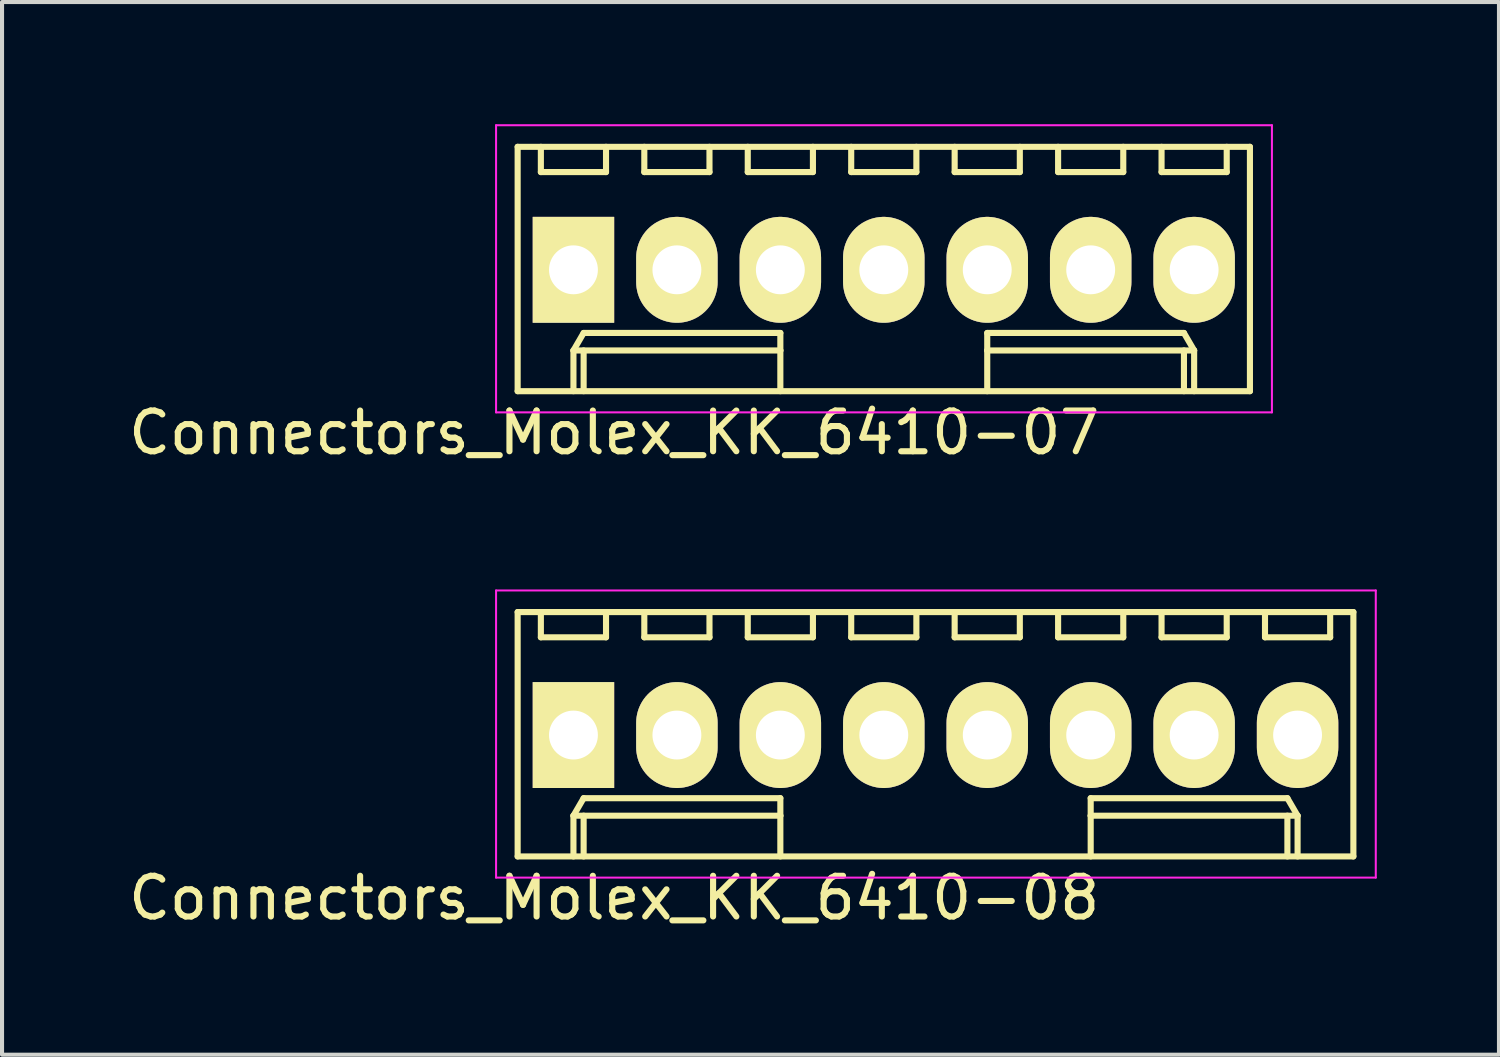
<source format=kicad_pcb>
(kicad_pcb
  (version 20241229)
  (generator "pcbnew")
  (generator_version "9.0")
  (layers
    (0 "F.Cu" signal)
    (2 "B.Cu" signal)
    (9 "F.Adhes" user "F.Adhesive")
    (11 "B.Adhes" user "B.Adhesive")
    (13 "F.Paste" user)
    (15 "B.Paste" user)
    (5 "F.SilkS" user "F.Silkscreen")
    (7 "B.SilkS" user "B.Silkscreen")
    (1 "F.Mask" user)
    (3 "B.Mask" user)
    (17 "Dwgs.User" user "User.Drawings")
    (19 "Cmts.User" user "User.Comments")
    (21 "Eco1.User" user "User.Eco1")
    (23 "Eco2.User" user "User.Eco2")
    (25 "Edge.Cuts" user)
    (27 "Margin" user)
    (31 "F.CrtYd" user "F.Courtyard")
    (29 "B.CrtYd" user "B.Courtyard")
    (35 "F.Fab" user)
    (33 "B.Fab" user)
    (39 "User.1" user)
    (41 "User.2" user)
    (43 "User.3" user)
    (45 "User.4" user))
  (footprint "Connectors_Molex_KK_6410-08"
    (layer "F.Cu")
    (at 11.03 14.998)
    (property "Reference" "Connectors_Molex_KK_6410-08" (at 1 4 0) (layer "F.SilkS") (effects (font (size 1 1) (thickness 0.15))))
    (attr through_hole)
    (fp_line (start -1.37 -3.02) (end -1.37 2.98) (stroke (width 0.15) (type solid)) (layer "F.SilkS"))
    (fp_line (start -1.37 2.98) (end 19.15 2.98) (stroke (width 0.15) (type solid)) (layer "F.SilkS"))
    (fp_line (start -0.8 -3.02) (end -0.8 -2.4) (stroke (width 0.15) (type solid)) (layer "F.SilkS"))
    (fp_line (start -0.8 -2.4) (end 0.8 -2.4) (stroke (width 0.15) (type solid)) (layer "F.SilkS"))
    (fp_line (start 0 1.98) (end 0.25 1.55) (stroke (width 0.15) (type solid)) (layer "F.SilkS"))
    (fp_line (start 0 1.98) (end 5.08 1.98) (stroke (width 0.15) (type solid)) (layer "F.SilkS"))
    (fp_line (start 0 2.98) (end 0 1.98) (stroke (width 0.15) (type solid)) (layer "F.SilkS"))
    (fp_line (start 0.25 1.55) (end 5.08 1.55) (stroke (width 0.15) (type solid)) (layer "F.SilkS"))
    (fp_line (start 0.25 2.98) (end 0.25 1.98) (stroke (width 0.15) (type solid)) (layer "F.SilkS"))
    (fp_line (start 0.8 -2.4) (end 0.8 -3.02) (stroke (width 0.15) (type solid)) (layer "F.SilkS"))
    (fp_line (start 1.74 -3.02) (end 1.74 -2.4) (stroke (width 0.15) (type solid)) (layer "F.SilkS"))
    (fp_line (start 1.74 -2.4) (end 3.34 -2.4) (stroke (width 0.15) (type solid)) (layer "F.SilkS"))
    (fp_line (start 3.34 -2.4) (end 3.34 -3.02) (stroke (width 0.15) (type solid)) (layer "F.SilkS"))
    (fp_line (start 4.28 -3.02) (end 4.28 -2.4) (stroke (width 0.15) (type solid)) (layer "F.SilkS"))
    (fp_line (start 4.28 -2.4) (end 5.88 -2.4) (stroke (width 0.15) (type solid)) (layer "F.SilkS"))
    (fp_line (start 5.08 1.55) (end 5.08 1.98) (stroke (width 0.15) (type solid)) (layer "F.SilkS"))
    (fp_line (start 5.08 1.98) (end 5.08 2.98) (stroke (width 0.15) (type solid)) (layer "F.SilkS"))
    (fp_line (start 5.88 -2.4) (end 5.88 -3.02) (stroke (width 0.15) (type solid)) (layer "F.SilkS"))
    (fp_line (start 6.82 -3.02) (end 6.82 -2.4) (stroke (width 0.15) (type solid)) (layer "F.SilkS"))
    (fp_line (start 6.82 -2.4) (end 8.42 -2.4) (stroke (width 0.15) (type solid)) (layer "F.SilkS"))
    (fp_line (start 8.42 -2.4) (end 8.42 -3.02) (stroke (width 0.15) (type solid)) (layer "F.SilkS"))
    (fp_line (start 9.36 -3.02) (end 9.36 -2.4) (stroke (width 0.15) (type solid)) (layer "F.SilkS"))
    (fp_line (start 9.36 -2.4) (end 10.96 -2.4) (stroke (width 0.15) (type solid)) (layer "F.SilkS"))
    (fp_line (start 10.96 -2.4) (end 10.96 -3.02) (stroke (width 0.15) (type solid)) (layer "F.SilkS"))
    (fp_line (start 11.9 -3.02) (end 11.9 -2.4) (stroke (width 0.15) (type solid)) (layer "F.SilkS"))
    (fp_line (start 11.9 -2.4) (end 13.5 -2.4) (stroke (width 0.15) (type solid)) (layer "F.SilkS"))
    (fp_line (start 12.7 1.55) (end 12.7 1.98) (stroke (width 0.15) (type solid)) (layer "F.SilkS"))
    (fp_line (start 12.7 1.98) (end 12.7 2.98) (stroke (width 0.15) (type solid)) (layer "F.SilkS"))
    (fp_line (start 13.5 -2.4) (end 13.5 -3.02) (stroke (width 0.15) (type solid)) (layer "F.SilkS"))
    (fp_line (start 14.44 -3.02) (end 14.44 -2.4) (stroke (width 0.15) (type solid)) (layer "F.SilkS"))
    (fp_line (start 14.44 -2.4) (end 16.04 -2.4) (stroke (width 0.15) (type solid)) (layer "F.SilkS"))
    (fp_line (start 16.04 -2.4) (end 16.04 -3.02) (stroke (width 0.15) (type solid)) (layer "F.SilkS"))
    (fp_line (start 16.98 -3.02) (end 16.98 -2.4) (stroke (width 0.15) (type solid)) (layer "F.SilkS"))
    (fp_line (start 16.98 -2.4) (end 18.58 -2.4) (stroke (width 0.15) (type solid)) (layer "F.SilkS"))
    (fp_line (start 17.53 1.55) (end 12.7 1.55) (stroke (width 0.15) (type solid)) (layer "F.SilkS"))
    (fp_line (start 17.53 2.98) (end 17.53 1.98) (stroke (width 0.15) (type solid)) (layer "F.SilkS"))
    (fp_line (start 17.78 1.98) (end 12.7 1.98) (stroke (width 0.15) (type solid)) (layer "F.SilkS"))
    (fp_line (start 17.78 1.98) (end 17.53 1.55) (stroke (width 0.15) (type solid)) (layer "F.SilkS"))
    (fp_line (start 17.78 2.98) (end 17.78 1.98) (stroke (width 0.15) (type solid)) (layer "F.SilkS"))
    (fp_line (start 18.58 -2.4) (end 18.58 -3.02) (stroke (width 0.15) (type solid)) (layer "F.SilkS"))
    (fp_line (start 19.15 -3.02) (end -1.37 -3.02) (stroke (width 0.15) (type solid)) (layer "F.SilkS"))
    (fp_line (start 19.15 2.98) (end 19.15 -3.02) (stroke (width 0.15) (type solid)) (layer "F.SilkS"))
    (fp_line (start -1.9 -3.55) (end 19.7 -3.55) (stroke (width 0.05) (type solid)) (layer "F.CrtYd"))
    (fp_line (start -1.9 3.5) (end -1.9 -3.55) (stroke (width 0.05) (type solid)) (layer "F.CrtYd"))
    (fp_line (start 19.7 -3.55) (end 19.7 3.5) (stroke (width 0.05) (type solid)) (layer "F.CrtYd"))
    (fp_line (start 19.7 3.5) (end -1.9 3.5) (stroke (width 0.05) (type solid)) (layer "F.CrtYd"))
    (pad "1" thru_hole rect (at 0 0) (size 2 2.6) (drill 1.2) (layers "*.Cu" "*.Mask" "F.SilkS"))
    (pad "2" thru_hole oval (at 2.54 0) (size 2 2.6) (drill 1.2) (layers "*.Cu" "*.Mask" "F.SilkS"))
    (pad "3" thru_hole oval (at 5.08 0) (size 2 2.6) (drill 1.2) (layers "*.Cu" "*.Mask" "F.SilkS"))
    (pad "4" thru_hole oval (at 7.62 0) (size 2 2.6) (drill 1.2) (layers "*.Cu" "*.Mask" "F.SilkS"))
    (pad "5" thru_hole oval (at 10.16 0) (size 2 2.6) (drill 1.2) (layers "*.Cu" "*.Mask" "F.SilkS"))
    (pad "6" thru_hole oval (at 12.7 0) (size 2 2.6) (drill 1.2) (layers "*.Cu" "*.Mask" "F.SilkS"))
    (pad "7" thru_hole oval (at 15.24 0) (size 2 2.6) (drill 1.2) (layers "*.Cu" "*.Mask" "F.SilkS"))
    (pad "8" thru_hole oval (at 17.78 0) (size 2 2.6) (drill 1.2) (layers "*.Cu" "*.Mask" "F.SilkS")))
  (footprint "Connectors_Molex_KK_6410-07"
    (layer "F.Cu")
    (at 11.03 3.575)
    (property "Reference" "Connectors_Molex_KK_6410-07" (at 1 4 0) (layer "F.SilkS") (effects (font (size 1 1) (thickness 0.15))))
    (attr through_hole)
    (fp_line (start -1.37 -3.02) (end -1.37 2.98) (stroke (width 0.15) (type solid)) (layer "F.SilkS"))
    (fp_line (start -1.37 2.98) (end 16.61 2.98) (stroke (width 0.15) (type solid)) (layer "F.SilkS"))
    (fp_line (start -0.8 -3.02) (end -0.8 -2.4) (stroke (width 0.15) (type solid)) (layer "F.SilkS"))
    (fp_line (start -0.8 -2.4) (end 0.8 -2.4) (stroke (width 0.15) (type solid)) (layer "F.SilkS"))
    (fp_line (start 0 1.98) (end 0.25 1.55) (stroke (width 0.15) (type solid)) (layer "F.SilkS"))
    (fp_line (start 0 1.98) (end 5.08 1.98) (stroke (width 0.15) (type solid)) (layer "F.SilkS"))
    (fp_line (start 0 2.98) (end 0 1.98) (stroke (width 0.15) (type solid)) (layer "F.SilkS"))
    (fp_line (start 0.25 1.55) (end 5.08 1.55) (stroke (width 0.15) (type solid)) (layer "F.SilkS"))
    (fp_line (start 0.25 2.98) (end 0.25 1.98) (stroke (width 0.15) (type solid)) (layer "F.SilkS"))
    (fp_line (start 0.8 -2.4) (end 0.8 -3.02) (stroke (width 0.15) (type solid)) (layer "F.SilkS"))
    (fp_line (start 1.74 -3.02) (end 1.74 -2.4) (stroke (width 0.15) (type solid)) (layer "F.SilkS"))
    (fp_line (start 1.74 -2.4) (end 3.34 -2.4) (stroke (width 0.15) (type solid)) (layer "F.SilkS"))
    (fp_line (start 3.34 -2.4) (end 3.34 -3.02) (stroke (width 0.15) (type solid)) (layer "F.SilkS"))
    (fp_line (start 4.28 -3.02) (end 4.28 -2.4) (stroke (width 0.15) (type solid)) (layer "F.SilkS"))
    (fp_line (start 4.28 -2.4) (end 5.88 -2.4) (stroke (width 0.15) (type solid)) (layer "F.SilkS"))
    (fp_line (start 5.08 1.55) (end 5.08 1.98) (stroke (width 0.15) (type solid)) (layer "F.SilkS"))
    (fp_line (start 5.08 1.98) (end 5.08 2.98) (stroke (width 0.15) (type solid)) (layer "F.SilkS"))
    (fp_line (start 5.88 -2.4) (end 5.88 -3.02) (stroke (width 0.15) (type solid)) (layer "F.SilkS"))
    (fp_line (start 6.82 -3.02) (end 6.82 -2.4) (stroke (width 0.15) (type solid)) (layer "F.SilkS"))
    (fp_line (start 6.82 -2.4) (end 8.42 -2.4) (stroke (width 0.15) (type solid)) (layer "F.SilkS"))
    (fp_line (start 8.42 -2.4) (end 8.42 -3.02) (stroke (width 0.15) (type solid)) (layer "F.SilkS"))
    (fp_line (start 9.36 -3.02) (end 9.36 -2.4) (stroke (width 0.15) (type solid)) (layer "F.SilkS"))
    (fp_line (start 9.36 -2.4) (end 10.96 -2.4) (stroke (width 0.15) (type solid)) (layer "F.SilkS"))
    (fp_line (start 10.16 1.55) (end 10.16 1.98) (stroke (width 0.15) (type solid)) (layer "F.SilkS"))
    (fp_line (start 10.16 1.98) (end 10.16 2.98) (stroke (width 0.15) (type solid)) (layer "F.SilkS"))
    (fp_line (start 10.96 -2.4) (end 10.96 -3.02) (stroke (width 0.15) (type solid)) (layer "F.SilkS"))
    (fp_line (start 11.9 -3.02) (end 11.9 -2.4) (stroke (width 0.15) (type solid)) (layer "F.SilkS"))
    (fp_line (start 11.9 -2.4) (end 13.5 -2.4) (stroke (width 0.15) (type solid)) (layer "F.SilkS"))
    (fp_line (start 13.5 -2.4) (end 13.5 -3.02) (stroke (width 0.15) (type solid)) (layer "F.SilkS"))
    (fp_line (start 14.44 -3.02) (end 14.44 -2.4) (stroke (width 0.15) (type solid)) (layer "F.SilkS"))
    (fp_line (start 14.44 -2.4) (end 16.04 -2.4) (stroke (width 0.15) (type solid)) (layer "F.SilkS"))
    (fp_line (start 14.99 1.55) (end 10.16 1.55) (stroke (width 0.15) (type solid)) (layer "F.SilkS"))
    (fp_line (start 14.99 2.98) (end 14.99 1.98) (stroke (width 0.15) (type solid)) (layer "F.SilkS"))
    (fp_line (start 15.24 1.98) (end 10.16 1.98) (stroke (width 0.15) (type solid)) (layer "F.SilkS"))
    (fp_line (start 15.24 1.98) (end 14.99 1.55) (stroke (width 0.15) (type solid)) (layer "F.SilkS"))
    (fp_line (start 15.24 2.98) (end 15.24 1.98) (stroke (width 0.15) (type solid)) (layer "F.SilkS"))
    (fp_line (start 16.04 -2.4) (end 16.04 -3.02) (stroke (width 0.15) (type solid)) (layer "F.SilkS"))
    (fp_line (start 16.61 -3.02) (end -1.37 -3.02) (stroke (width 0.15) (type solid)) (layer "F.SilkS"))
    (fp_line (start 16.61 2.98) (end 16.61 -3.02) (stroke (width 0.15) (type solid)) (layer "F.SilkS"))
    (fp_line (start -1.9 -3.55) (end 17.15 -3.55) (stroke (width 0.05) (type solid)) (layer "F.CrtYd"))
    (fp_line (start -1.9 3.5) (end -1.9 -3.55) (stroke (width 0.05) (type solid)) (layer "F.CrtYd"))
    (fp_line (start 17.15 -3.55) (end 17.15 3.5) (stroke (width 0.05) (type solid)) (layer "F.CrtYd"))
    (fp_line (start 17.15 3.5) (end -1.9 3.5) (stroke (width 0.05) (type solid)) (layer "F.CrtYd"))
    (pad "1" thru_hole rect (at 0 0) (size 2 2.6) (drill 1.2) (layers "*.Cu" "*.Mask" "F.SilkS"))
    (pad "2" thru_hole oval (at 2.54 0) (size 2 2.6) (drill 1.2) (layers "*.Cu" "*.Mask" "F.SilkS"))
    (pad "3" thru_hole oval (at 5.08 0) (size 2 2.6) (drill 1.2) (layers "*.Cu" "*.Mask" "F.SilkS"))
    (pad "4" thru_hole oval (at 7.62 0) (size 2 2.6) (drill 1.2) (layers "*.Cu" "*.Mask" "F.SilkS"))
    (pad "5" thru_hole oval (at 10.16 0) (size 2 2.6) (drill 1.2) (layers "*.Cu" "*.Mask" "F.SilkS"))
    (pad "6" thru_hole oval (at 12.7 0) (size 2 2.6) (drill 1.2) (layers "*.Cu" "*.Mask" "F.SilkS"))
    (pad "7" thru_hole oval (at 15.24 0) (size 2 2.6) (drill 1.2) (layers "*.Cu" "*.Mask" "F.SilkS")))
  (gr_rect
    (start -3 -3)
    (end 33.755 22.846)
    (stroke (width 0.1) (type default))
    (fill no)
    (layer "Edge.Cuts")))
</source>
